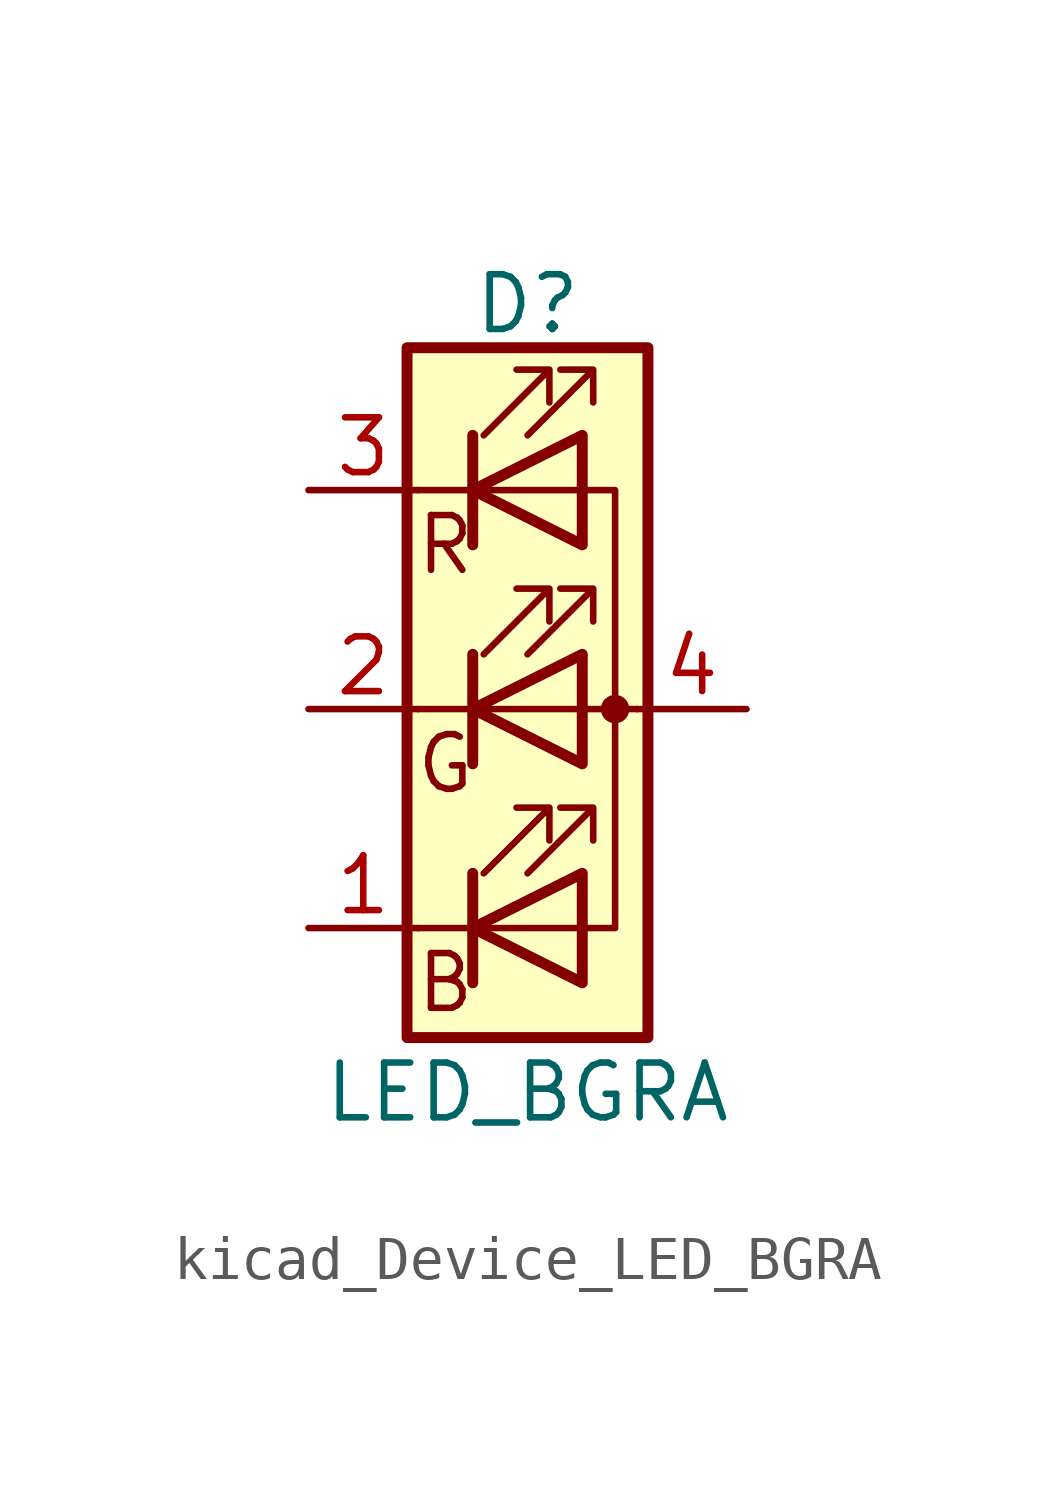
<source format=kicad_sym>
(kicad_symbol_lib
  (version 20220914)
  (generator kicad_symbol_editor)
  (symbol "kicad_Device_LED_BGRA"
    (pin_names
      (offset 0) hide)
    (property "Reference" "D"
      (at 0 9.398 0)
      (effects (font (size 1.27 1.27))))
    (property "Value" "LED_BGRA"
      (at 0 -8.89 0)
      (effects (font (size 1.27 1.27))))
    (symbol "kicad_Device_LED_BGRA_0_0"
      (text "B" (at -1.905 -6.35 0) (effects (font (size 1.27 1.27))))
      (text "G" (at -1.905 -1.27 0) (effects (font (size 1.27 1.27))))
      (text "R" (at -1.905 3.81 0) (effects (font (size 1.27 1.27)))))
    (symbol "kicad_Device_LED_BGRA_0_1"
      (polyline (pts (xy -1.27 -5.08) (xy -2.54 -5.08)) (stroke (width 0) (type default)) (fill (type none)))
      (polyline (pts (xy -1.27 -5.08) (xy 1.27 -5.08)) (stroke (width 0) (type default)) (fill (type none)))
      (polyline (pts (xy -1.27 -3.81) (xy -1.27 -6.35)) (stroke (width 0.254) (type default)) (fill (type none)))
      (polyline (pts (xy -1.27 0) (xy -2.54 0)) (stroke (width 0) (type default)) (fill (type none)))
      (polyline (pts (xy -1.27 1.27) (xy -1.27 -1.27)) (stroke (width 0.254) (type default)) (fill (type none)))
      (polyline (pts (xy -1.27 5.08) (xy -2.54 5.08)) (stroke (width 0) (type default)) (fill (type none)))
      (polyline (pts (xy -1.27 5.08) (xy 1.27 5.08)) (stroke (width 0) (type default)) (fill (type none)))
      (polyline (pts (xy -1.27 6.35) (xy -1.27 3.81)) (stroke (width 0.254) (type default)) (fill (type none)))
      (polyline (pts (xy 1.27 0) (xy -1.27 0)) (stroke (width 0) (type default)) (fill (type none)))
      (polyline (pts (xy 1.27 0) (xy 2.54 0)) (stroke (width 0) (type default)) (fill (type none)))
      (polyline (pts (xy -1.27 1.27) (xy -1.27 -1.27) (xy -1.27 -1.27)) (stroke (width 0) (type default)) (fill (type none)))
      (polyline (pts (xy -1.27 6.35) (xy -1.27 3.81) (xy -1.27 3.81)) (stroke (width 0) (type default)) (fill (type none)))
      (polyline (pts (xy 1.27 -5.08) (xy 2.032 -5.08) (xy 2.032 5.08) (xy 1.27 5.08)) (stroke (width 0) (type default)) (fill (type none)))
      (polyline (pts (xy 1.27 -3.81) (xy 1.27 -6.35) (xy -1.27 -5.08) (xy 1.27 -3.81)) (stroke (width 0.254) (type default)) (fill (type none)))
      (polyline (pts (xy 1.27 1.27) (xy 1.27 -1.27) (xy -1.27 0) (xy 1.27 1.27)) (stroke (width 0.254) (type default)) (fill (type none)))
      (polyline (pts (xy 1.27 6.35) (xy 1.27 3.81) (xy -1.27 5.08) (xy 1.27 6.35)) (stroke (width 0.254) (type default)) (fill (type none)))
      (polyline (pts (xy -1.016 -3.81) (xy 0.508 -2.286) (xy -0.254 -2.286) (xy 0.508 -2.286) (xy 0.508 -3.048)) (stroke (width 0) (type default)) (fill (type none)))
      (polyline (pts (xy -1.016 1.27) (xy 0.508 2.794) (xy -0.254 2.794) (xy 0.508 2.794) (xy 0.508 2.032)) (stroke (width 0) (type default)) (fill (type none)))
      (polyline (pts (xy -1.016 6.35) (xy 0.508 7.874) (xy -0.254 7.874) (xy 0.508 7.874) (xy 0.508 7.112)) (stroke (width 0) (type default)) (fill (type none)))
      (polyline (pts (xy 0 -3.81) (xy 1.524 -2.286) (xy 0.762 -2.286) (xy 1.524 -2.286) (xy 1.524 -3.048)) (stroke (width 0) (type default)) (fill (type none)))
      (polyline (pts (xy 0 1.27) (xy 1.524 2.794) (xy 0.762 2.794) (xy 1.524 2.794) (xy 1.524 2.032)) (stroke (width 0) (type default)) (fill (type none)))
      (polyline (pts (xy 0 6.35) (xy 1.524 7.874) (xy 0.762 7.874) (xy 1.524 7.874) (xy 1.524 7.112)) (stroke (width 0) (type default)) (fill (type none)))
      (rectangle (start 1.27 -1.27) (end 1.27 1.27) (stroke (width 0) (type default)) (fill (type none)))
      (rectangle (start 1.27 1.27) (end 1.27 1.27) (stroke (width 0) (type default)) (fill (type none)))
      (rectangle (start 1.27 3.81) (end 1.27 6.35) (stroke (width 0) (type default)) (fill (type none)))
      (rectangle (start 1.27 6.35) (end 1.27 6.35) (stroke (width 0) (type default)) (fill (type none)))
      (circle (center 2.032 0) (radius 0.254) (stroke (width 0) (type default)) (fill (type outline)))
      (rectangle (start 2.794 8.382) (end -2.794 -7.62) (stroke (width 0.254) (type default)) (fill (type background))))
    (symbol "kicad_Device_LED_BGRA_1_1"
      (pin passive line (at -5.08 -5.08 0) (length 2.54) (name "BK" (effects (font (size 1.27 1.27)))) (number "1" (effects (font (size 1.27 1.27)))))
      (pin passive line (at -5.08 0 0) (length 2.54) (name "GK" (effects (font (size 1.27 1.27)))) (number "2" (effects (font (size 1.27 1.27)))))
      (pin passive line (at -5.08 5.08 0) (length 2.54) (name "RK" (effects (font (size 1.27 1.27)))) (number "3" (effects (font (size 1.27 1.27)))))
      (pin passive line (at 5.08 0 180) (length 2.54) (name "A" (effects (font (size 1.27 1.27)))) (number "4" (effects (font (size 1.27 1.27))))))))
</source>
